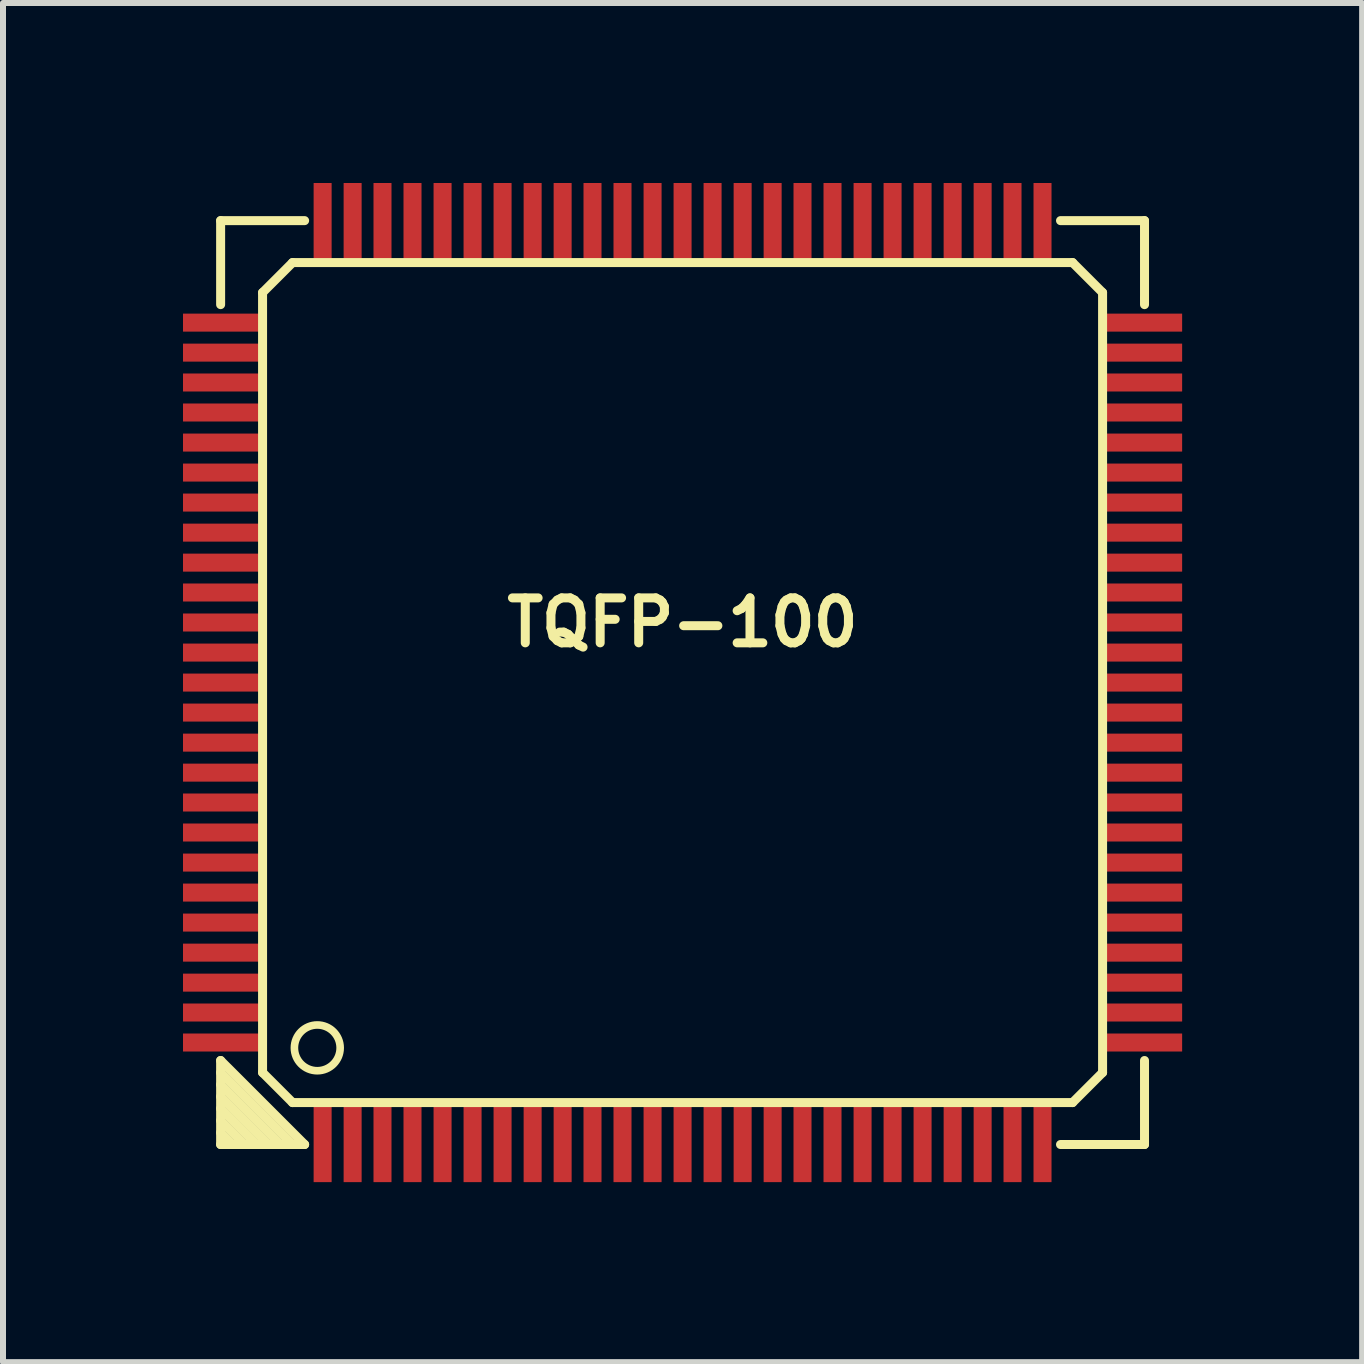
<source format=kicad_pcb>
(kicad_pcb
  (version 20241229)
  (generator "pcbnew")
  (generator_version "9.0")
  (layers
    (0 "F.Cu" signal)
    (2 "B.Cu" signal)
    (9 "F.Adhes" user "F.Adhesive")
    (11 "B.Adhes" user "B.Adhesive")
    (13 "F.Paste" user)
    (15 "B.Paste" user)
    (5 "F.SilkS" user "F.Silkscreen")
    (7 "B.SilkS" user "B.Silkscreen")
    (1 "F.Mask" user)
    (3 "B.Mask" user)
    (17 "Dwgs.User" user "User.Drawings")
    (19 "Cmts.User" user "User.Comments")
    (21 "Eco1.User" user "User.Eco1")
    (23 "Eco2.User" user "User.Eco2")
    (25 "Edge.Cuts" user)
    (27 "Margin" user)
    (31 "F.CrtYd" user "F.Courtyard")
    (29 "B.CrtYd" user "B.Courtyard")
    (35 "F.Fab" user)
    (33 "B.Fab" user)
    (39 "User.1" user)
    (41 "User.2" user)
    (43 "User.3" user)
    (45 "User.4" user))
  (footprint "TQFP-100"
    (layer "F.Cu")
    (at 8.326 8.326)
    (property "Reference" "TQFP-100" (at 0 -1.001 0) (layer "F.SilkS") (effects (font (size 0.749 0.749) (thickness 0.15))))
    (attr through_hole)
    (fp_line (start -7.699 -7.699) (end -6.299 -7.699) (stroke (width 0.15) (type solid)) (layer "F.SilkS"))
    (fp_line (start -7.699 -6.299) (end -7.699 -7.699) (stroke (width 0.15) (type solid)) (layer "F.SilkS"))
    (fp_line (start -7.699 6.299) (end -6.299 7.699) (stroke (width 0.15) (type solid)) (layer "F.SilkS"))
    (fp_line (start -7.699 6.701) (end -6.701 7.699) (stroke (width 0.15) (type solid)) (layer "F.SilkS"))
    (fp_line (start -7.699 7.099) (end -7.099 7.699) (stroke (width 0.15) (type solid)) (layer "F.SilkS"))
    (fp_line (start -7.699 7.501) (end -7.501 7.699) (stroke (width 0.15) (type solid)) (layer "F.SilkS"))
    (fp_line (start -7.699 7.699) (end -7.699 6.299) (stroke (width 0.15) (type solid)) (layer "F.SilkS"))
    (fp_line (start -7.3 7.699) (end -7.699 7.3) (stroke (width 0.15) (type solid)) (layer "F.SilkS"))
    (fp_line (start -7 -6.5) (end -6.5 -7) (stroke (width 0.15) (type solid)) (layer "F.SilkS"))
    (fp_line (start -7 6.5) (end -7 -6.5) (stroke (width 0.15) (type solid)) (layer "F.SilkS"))
    (fp_line (start -6.901 7.699) (end -7.699 6.901) (stroke (width 0.15) (type solid)) (layer "F.SilkS"))
    (fp_line (start -6.5 -7) (end 6.5 -7) (stroke (width 0.15) (type solid)) (layer "F.SilkS"))
    (fp_line (start -6.5 7) (end -7 6.5) (stroke (width 0.15) (type solid)) (layer "F.SilkS"))
    (fp_line (start -6.5 7.699) (end -7.699 6.5) (stroke (width 0.15) (type solid)) (layer "F.SilkS"))
    (fp_line (start -6.299 7.699) (end -7.699 7.699) (stroke (width 0.15) (type solid)) (layer "F.SilkS"))
    (fp_line (start 6.299 -7.699) (end 7.699 -7.699) (stroke (width 0.15) (type solid)) (layer "F.SilkS"))
    (fp_line (start 6.5 -7) (end 7 -6.5) (stroke (width 0.15) (type solid)) (layer "F.SilkS"))
    (fp_line (start 6.5 7) (end -6.5 7) (stroke (width 0.15) (type solid)) (layer "F.SilkS"))
    (fp_line (start 7 -6.5) (end 7 6.5) (stroke (width 0.15) (type solid)) (layer "F.SilkS"))
    (fp_line (start 7 6.5) (end 6.5 7) (stroke (width 0.15) (type solid)) (layer "F.SilkS"))
    (fp_line (start 7.699 -7.699) (end 7.699 -6.401) (stroke (width 0.15) (type solid)) (layer "F.SilkS"))
    (fp_line (start 7.699 -6.401) (end 7.699 -6.299) (stroke (width 0.15) (type solid)) (layer "F.SilkS"))
    (fp_line (start 7.699 6.299) (end 7.699 7.699) (stroke (width 0.15) (type solid)) (layer "F.SilkS"))
    (fp_line (start 7.699 7.699) (end 6.299 7.699) (stroke (width 0.15) (type solid)) (layer "F.SilkS"))
    (fp_circle (center -6.088 6.088) (end -6.317 6.393) (stroke (width 0.127) (type solid)) (fill no) (layer "F.SilkS"))
    (pad "1" smd rect (at -5.999 7.676) (size 0.3 1.3) (layers "F.Cu" "F.Mask" "F.Paste"))
    (pad "2" smd rect (at -5.499 7.676) (size 0.3 1.3) (layers "F.Cu" "F.Mask" "F.Paste"))
    (pad "3" smd rect (at -5.001 7.676) (size 0.3 1.3) (layers "F.Cu" "F.Mask" "F.Paste"))
    (pad "4" smd rect (at -4.501 7.676) (size 0.3 1.3) (layers "F.Cu" "F.Mask" "F.Paste"))
    (pad "5" smd rect (at -4 7.676) (size 0.3 1.3) (layers "F.Cu" "F.Mask" "F.Paste"))
    (pad "6" smd rect (at -3.5 7.676) (size 0.3 1.3) (layers "F.Cu" "F.Mask" "F.Paste"))
    (pad "7" smd rect (at -3 7.676) (size 0.3 1.3) (layers "F.Cu" "F.Mask" "F.Paste"))
    (pad "8" smd rect (at -2.499 7.676) (size 0.3 1.3) (layers "F.Cu" "F.Mask" "F.Paste"))
    (pad "9" smd rect (at -1.999 7.676) (size 0.3 1.3) (layers "F.Cu" "F.Mask" "F.Paste"))
    (pad "10" smd rect (at -1.501 7.676) (size 0.3 1.3) (layers "F.Cu" "F.Mask" "F.Paste"))
    (pad "11" smd rect (at -1.001 7.676) (size 0.3 1.3) (layers "F.Cu" "F.Mask" "F.Paste"))
    (pad "12" smd rect (at -0.5 7.676) (size 0.3 1.3) (layers "F.Cu" "F.Mask" "F.Paste"))
    (pad "13" smd rect (at 0 7.676) (size 0.3 1.3) (layers "F.Cu" "F.Mask" "F.Paste"))
    (pad "14" smd rect (at 0.5 7.676) (size 0.3 1.3) (layers "F.Cu" "F.Mask" "F.Paste"))
    (pad "15" smd rect (at 1.001 7.676) (size 0.3 1.3) (layers "F.Cu" "F.Mask" "F.Paste"))
    (pad "16" smd rect (at 1.501 7.676) (size 0.3 1.3) (layers "F.Cu" "F.Mask" "F.Paste"))
    (pad "17" smd rect (at 1.999 7.676) (size 0.3 1.3) (layers "F.Cu" "F.Mask" "F.Paste"))
    (pad "18" smd rect (at 2.499 7.676) (size 0.3 1.3) (layers "F.Cu" "F.Mask" "F.Paste"))
    (pad "19" smd rect (at 3 7.676) (size 0.3 1.3) (layers "F.Cu" "F.Mask" "F.Paste"))
    (pad "20" smd rect (at 3.5 7.676) (size 0.3 1.3) (layers "F.Cu" "F.Mask" "F.Paste"))
    (pad "21" smd rect (at 4 7.676) (size 0.3 1.3) (layers "F.Cu" "F.Mask" "F.Paste"))
    (pad "22" smd rect (at 4.501 7.676) (size 0.3 1.3) (layers "F.Cu" "F.Mask" "F.Paste"))
    (pad "23" smd rect (at 5.001 7.676) (size 0.3 1.3) (layers "F.Cu" "F.Mask" "F.Paste"))
    (pad "24" smd rect (at 5.499 7.676) (size 0.3 1.3) (layers "F.Cu" "F.Mask" "F.Paste"))
    (pad "25" smd rect (at 5.999 7.676) (size 0.3 1.3) (layers "F.Cu" "F.Mask" "F.Paste"))
    (pad "26" smd rect (at 7.676 5.999) (size 1.3 0.3) (layers "F.Cu" "F.Mask" "F.Paste"))
    (pad "27" smd rect (at 7.676 5.499) (size 1.3 0.3) (layers "F.Cu" "F.Mask" "F.Paste"))
    (pad "28" smd rect (at 7.676 5.001) (size 1.3 0.3) (layers "F.Cu" "F.Mask" "F.Paste"))
    (pad "29" smd rect (at 7.676 4.501) (size 1.3 0.3) (layers "F.Cu" "F.Mask" "F.Paste"))
    (pad "30" smd rect (at 7.676 4) (size 1.3 0.3) (layers "F.Cu" "F.Mask" "F.Paste"))
    (pad "31" smd rect (at 7.676 3.5) (size 1.3 0.3) (layers "F.Cu" "F.Mask" "F.Paste"))
    (pad "32" smd rect (at 7.676 3) (size 1.3 0.3) (layers "F.Cu" "F.Mask" "F.Paste"))
    (pad "33" smd rect (at 7.676 2.499) (size 1.3 0.3) (layers "F.Cu" "F.Mask" "F.Paste"))
    (pad "34" smd rect (at 7.676 1.999) (size 1.3 0.3) (layers "F.Cu" "F.Mask" "F.Paste"))
    (pad "35" smd rect (at 7.676 1.501) (size 1.3 0.3) (layers "F.Cu" "F.Mask" "F.Paste"))
    (pad "36" smd rect (at 7.676 1.001) (size 1.3 0.3) (layers "F.Cu" "F.Mask" "F.Paste"))
    (pad "37" smd rect (at 7.676 0.5) (size 1.3 0.3) (layers "F.Cu" "F.Mask" "F.Paste"))
    (pad "38" smd rect (at 7.676 0) (size 1.3 0.3) (layers "F.Cu" "F.Mask" "F.Paste"))
    (pad "39" smd rect (at 7.676 -0.5) (size 1.3 0.3) (layers "F.Cu" "F.Mask" "F.Paste"))
    (pad "40" smd rect (at 7.676 -1.001) (size 1.3 0.3) (layers "F.Cu" "F.Mask" "F.Paste"))
    (pad "41" smd rect (at 7.676 -1.501) (size 1.3 0.3) (layers "F.Cu" "F.Mask" "F.Paste"))
    (pad "42" smd rect (at 7.676 -1.999) (size 1.3 0.3) (layers "F.Cu" "F.Mask" "F.Paste"))
    (pad "43" smd rect (at 7.676 -2.499) (size 1.3 0.3) (layers "F.Cu" "F.Mask" "F.Paste"))
    (pad "44" smd rect (at 7.676 -3) (size 1.3 0.3) (layers "F.Cu" "F.Mask" "F.Paste"))
    (pad "45" smd rect (at 7.676 -3.5) (size 1.3 0.3) (layers "F.Cu" "F.Mask" "F.Paste"))
    (pad "46" smd rect (at 7.676 -4) (size 1.3 0.3) (layers "F.Cu" "F.Mask" "F.Paste"))
    (pad "47" smd rect (at 7.676 -4.501) (size 1.3 0.3) (layers "F.Cu" "F.Mask" "F.Paste"))
    (pad "48" smd rect (at 7.676 -5.001) (size 1.3 0.3) (layers "F.Cu" "F.Mask" "F.Paste"))
    (pad "49" smd rect (at 7.676 -5.499) (size 1.3 0.3) (layers "F.Cu" "F.Mask" "F.Paste"))
    (pad "50" smd rect (at 7.676 -5.999) (size 1.3 0.3) (layers "F.Cu" "F.Mask" "F.Paste"))
    (pad "51" smd rect (at 5.999 -7.676) (size 0.3 1.3) (layers "F.Cu" "F.Mask" "F.Paste"))
    (pad "52" smd rect (at 5.499 -7.676) (size 0.3 1.3) (layers "F.Cu" "F.Mask" "F.Paste"))
    (pad "53" smd rect (at 5.001 -7.676) (size 0.3 1.3) (layers "F.Cu" "F.Mask" "F.Paste"))
    (pad "54" smd rect (at 4.501 -7.676) (size 0.3 1.3) (layers "F.Cu" "F.Mask" "F.Paste"))
    (pad "55" smd rect (at 4 -7.676) (size 0.3 1.3) (layers "F.Cu" "F.Mask" "F.Paste"))
    (pad "56" smd rect (at 3.5 -7.676) (size 0.3 1.3) (layers "F.Cu" "F.Mask" "F.Paste"))
    (pad "57" smd rect (at 3 -7.676) (size 0.3 1.3) (layers "F.Cu" "F.Mask" "F.Paste"))
    (pad "58" smd rect (at 2.499 -7.676) (size 0.3 1.3) (layers "F.Cu" "F.Mask" "F.Paste"))
    (pad "59" smd rect (at 1.999 -7.676) (size 0.3 1.3) (layers "F.Cu" "F.Mask" "F.Paste"))
    (pad "60" smd rect (at 1.501 -7.676) (size 0.3 1.3) (layers "F.Cu" "F.Mask" "F.Paste"))
    (pad "61" smd rect (at 1.001 -7.676) (size 0.3 1.3) (layers "F.Cu" "F.Mask" "F.Paste"))
    (pad "62" smd rect (at 0.5 -7.676) (size 0.3 1.3) (layers "F.Cu" "F.Mask" "F.Paste"))
    (pad "63" smd rect (at 0 -7.676) (size 0.3 1.3) (layers "F.Cu" "F.Mask" "F.Paste"))
    (pad "64" smd rect (at -0.5 -7.676) (size 0.3 1.3) (layers "F.Cu" "F.Mask" "F.Paste"))
    (pad "65" smd rect (at -1.001 -7.676) (size 0.3 1.3) (layers "F.Cu" "F.Mask" "F.Paste"))
    (pad "66" smd rect (at -1.501 -7.676) (size 0.3 1.3) (layers "F.Cu" "F.Mask" "F.Paste"))
    (pad "67" smd rect (at -1.999 -7.676) (size 0.3 1.3) (layers "F.Cu" "F.Mask" "F.Paste"))
    (pad "68" smd rect (at -2.499 -7.676) (size 0.3 1.3) (layers "F.Cu" "F.Mask" "F.Paste"))
    (pad "69" smd rect (at -3 -7.676) (size 0.3 1.3) (layers "F.Cu" "F.Mask" "F.Paste"))
    (pad "70" smd rect (at -3.5 -7.676) (size 0.3 1.3) (layers "F.Cu" "F.Mask" "F.Paste"))
    (pad "71" smd rect (at -4 -7.676) (size 0.3 1.3) (layers "F.Cu" "F.Mask" "F.Paste"))
    (pad "72" smd rect (at -4.501 -7.676) (size 0.3 1.3) (layers "F.Cu" "F.Mask" "F.Paste"))
    (pad "73" smd rect (at -5.001 -7.676) (size 0.3 1.3) (layers "F.Cu" "F.Mask" "F.Paste"))
    (pad "74" smd rect (at -5.499 -7.676) (size 0.3 1.3) (layers "F.Cu" "F.Mask" "F.Paste"))
    (pad "75" smd rect (at -5.999 -7.676) (size 0.3 1.3) (layers "F.Cu" "F.Mask" "F.Paste"))
    (pad "76" smd rect (at -7.676 -5.999) (size 1.3 0.3) (layers "F.Cu" "F.Mask" "F.Paste"))
    (pad "77" smd rect (at -7.676 -5.499) (size 1.3 0.3) (layers "F.Cu" "F.Mask" "F.Paste"))
    (pad "78" smd rect (at -7.676 -5.001) (size 1.3 0.3) (layers "F.Cu" "F.Mask" "F.Paste"))
    (pad "79" smd rect (at -7.676 -4.501) (size 1.3 0.3) (layers "F.Cu" "F.Mask" "F.Paste"))
    (pad "80" smd rect (at -7.676 -4) (size 1.3 0.3) (layers "F.Cu" "F.Mask" "F.Paste"))
    (pad "81" smd rect (at -7.676 -3.5) (size 1.3 0.3) (layers "F.Cu" "F.Mask" "F.Paste"))
    (pad "82" smd rect (at -7.676 -3) (size 1.3 0.3) (layers "F.Cu" "F.Mask" "F.Paste"))
    (pad "83" smd rect (at -7.676 -2.499) (size 1.3 0.3) (layers "F.Cu" "F.Mask" "F.Paste"))
    (pad "84" smd rect (at -7.676 -1.999) (size 1.3 0.3) (layers "F.Cu" "F.Mask" "F.Paste"))
    (pad "85" smd rect (at -7.676 -1.501) (size 1.3 0.3) (layers "F.Cu" "F.Mask" "F.Paste"))
    (pad "86" smd rect (at -7.676 -1.001) (size 1.3 0.3) (layers "F.Cu" "F.Mask" "F.Paste"))
    (pad "87" smd rect (at -7.676 -0.5) (size 1.3 0.3) (layers "F.Cu" "F.Mask" "F.Paste"))
    (pad "88" smd rect (at -7.676 0) (size 1.3 0.3) (layers "F.Cu" "F.Mask" "F.Paste"))
    (pad "89" smd rect (at -7.676 0.5) (size 1.3 0.3) (layers "F.Cu" "F.Mask" "F.Paste"))
    (pad "90" smd rect (at -7.676 1.001) (size 1.3 0.3) (layers "F.Cu" "F.Mask" "F.Paste"))
    (pad "91" smd rect (at -7.676 1.501) (size 1.3 0.3) (layers "F.Cu" "F.Mask" "F.Paste"))
    (pad "92" smd rect (at -7.676 1.999) (size 1.3 0.3) (layers "F.Cu" "F.Mask" "F.Paste"))
    (pad "93" smd rect (at -7.676 2.499) (size 1.3 0.3) (layers "F.Cu" "F.Mask" "F.Paste"))
    (pad "94" smd rect (at -7.676 3) (size 1.3 0.3) (layers "F.Cu" "F.Mask" "F.Paste"))
    (pad "95" smd rect (at -7.676 3.5) (size 1.3 0.3) (layers "F.Cu" "F.Mask" "F.Paste"))
    (pad "96" smd rect (at -7.676 4) (size 1.3 0.3) (layers "F.Cu" "F.Mask" "F.Paste"))
    (pad "97" smd rect (at -7.676 4.501) (size 1.3 0.3) (layers "F.Cu" "F.Mask" "F.Paste"))
    (pad "98" smd rect (at -7.676 5.001) (size 1.3 0.3) (layers "F.Cu" "F.Mask" "F.Paste"))
    (pad "99" smd rect (at -7.676 5.499) (size 1.3 0.3) (layers "F.Cu" "F.Mask" "F.Paste"))
    (pad "100" smd rect (at -7.676 5.999) (size 1.3 0.3) (layers "F.Cu" "F.Mask" "F.Paste")))
  (gr_rect
    (start -3 -3)
    (end 19.652 19.652)
    (stroke (width 0.1) (type default))
    (fill no)
    (layer "Edge.Cuts")))
</source>
